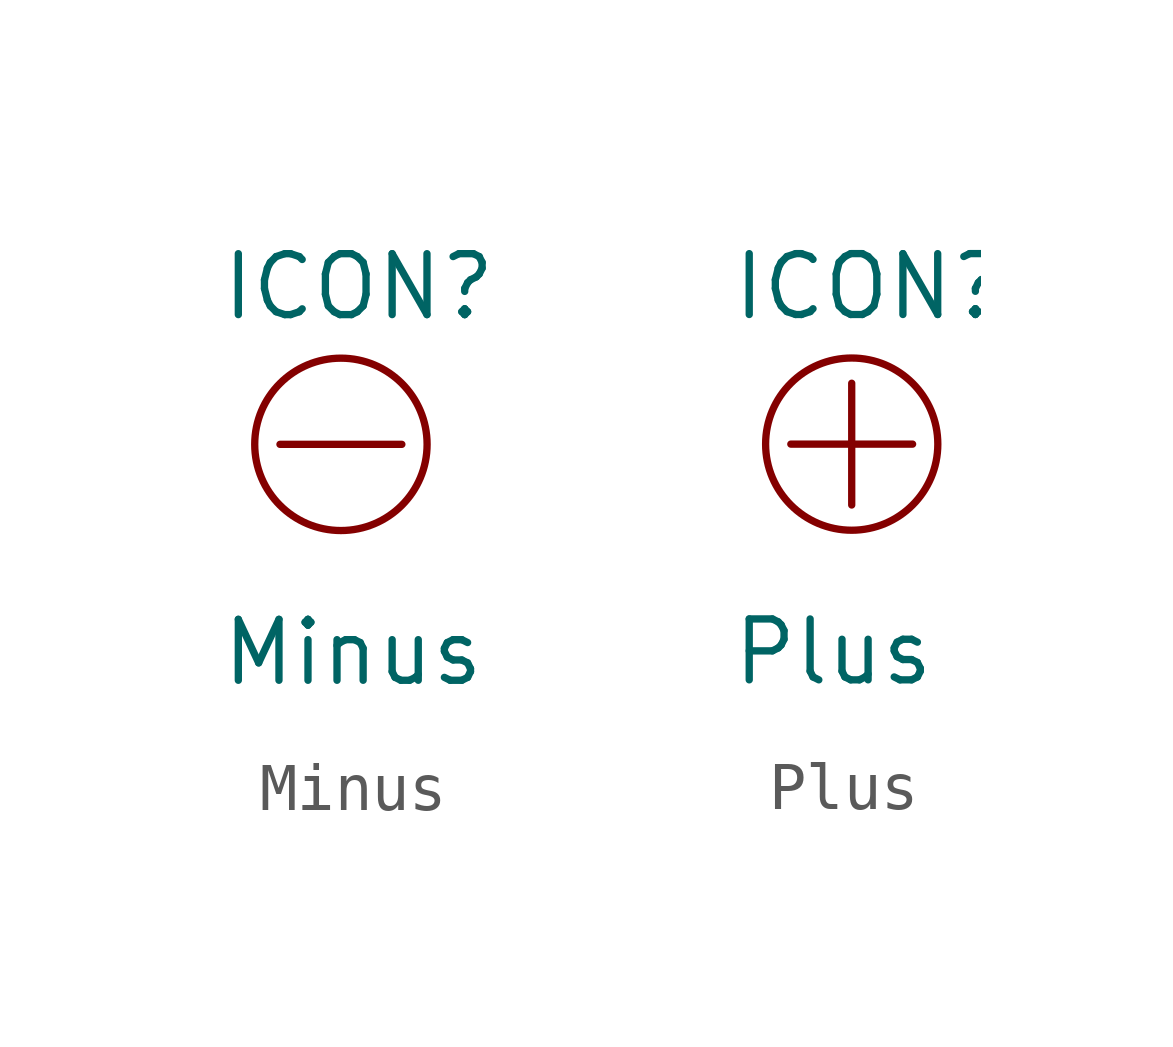
<source format=kicad_sym>
(kicad_symbol_lib
  (version 20220914)
  (generator kicad_symbol_editor)
  (symbol "Minus"
    (property "Reference" "ICON"
      (at -2.54 2.54 0)
      (effects (font (size 1.27 1.27)) (justify left bottom)))
    (property "Value" "Minus"
      (at -2.54 -5.08 0)
      (effects (font (size 1.27 1.27)) (justify left bottom)))
    (symbol "Minus_0_1"
      (polyline (pts (xy -1.27 0) (xy 1.27 0)) (stroke (width 0) (type default)) (fill (type none)))
      (circle (center 0 0) (radius 1.796) (stroke (width 0) (type default)) (fill (type none)))))
  (symbol "Plus"
    (property "Reference" "ICON"
      (at -2.54 2.54 0)
      (effects (font (size 1.27 1.27)) (justify left bottom)))
    (property "Value" "Plus"
      (at -2.54 -5.08 0)
      (effects (font (size 1.27 1.27)) (justify left bottom)))
    (symbol "Plus_0_1"
      (polyline (pts (xy -1.27 0) (xy 1.27 0)) (stroke (width 0) (type default)) (fill (type none)))
      (polyline (pts (xy 0 1.27) (xy 0 -1.27)) (stroke (width 0) (type default)) (fill (type none)))
      (circle (center 0 0) (radius 1.796) (stroke (width 0) (type default)) (fill (type none))))))
</source>
